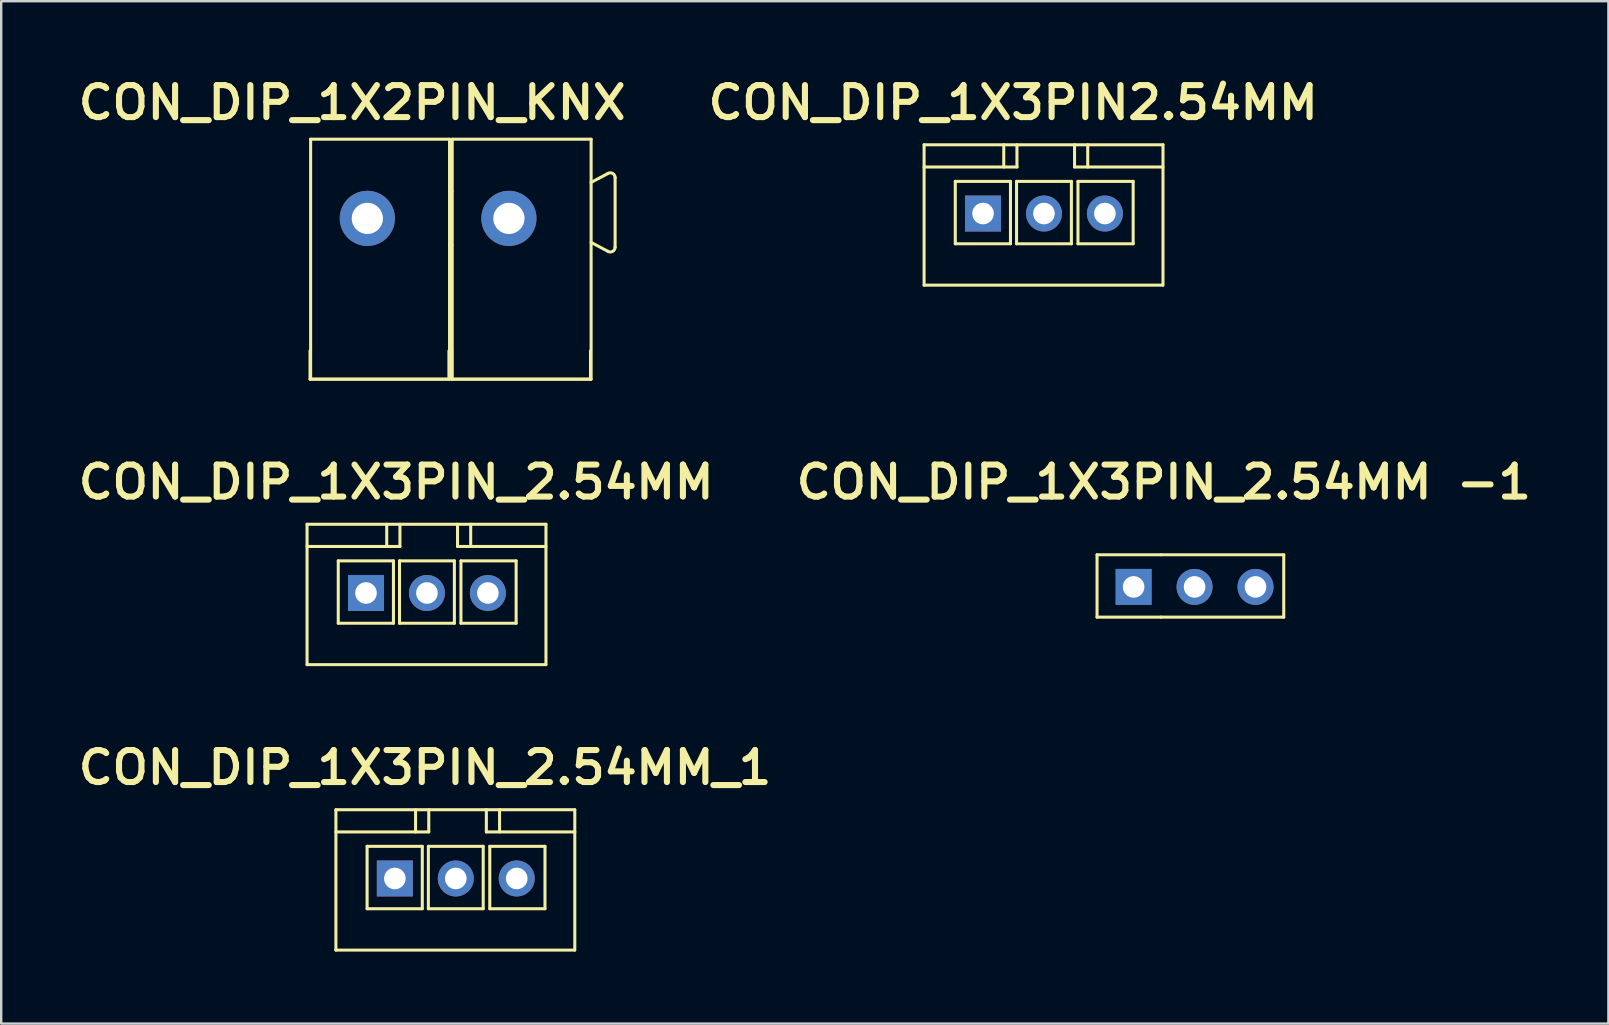
<source format=kicad_pcb>
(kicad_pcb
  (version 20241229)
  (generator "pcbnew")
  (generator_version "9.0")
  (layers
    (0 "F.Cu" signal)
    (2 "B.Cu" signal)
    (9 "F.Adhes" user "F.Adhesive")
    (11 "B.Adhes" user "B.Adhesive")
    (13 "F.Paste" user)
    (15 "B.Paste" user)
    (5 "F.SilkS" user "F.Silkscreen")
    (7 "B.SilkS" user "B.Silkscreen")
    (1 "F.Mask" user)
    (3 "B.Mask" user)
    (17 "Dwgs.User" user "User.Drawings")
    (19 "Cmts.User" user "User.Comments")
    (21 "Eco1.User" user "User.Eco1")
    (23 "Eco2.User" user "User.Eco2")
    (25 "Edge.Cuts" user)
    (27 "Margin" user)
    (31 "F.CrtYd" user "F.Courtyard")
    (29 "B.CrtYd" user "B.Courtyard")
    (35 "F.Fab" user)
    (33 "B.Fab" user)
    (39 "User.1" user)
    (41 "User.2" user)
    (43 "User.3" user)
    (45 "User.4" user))
  (footprint "CON_DIP_1X2PIN_KNX"
    (layer "F.Cu")
    (at 12.259 6.052)
    (property "Reference" "CON_DIP_1X2PIN_KNX" (at -0.635 -4.826 0) (unlocked yes) (layer "F.SilkS") (effects (font (size 1.333 1.402) (thickness 0.254))))
    (attr smd)
    (fp_line (start -2.389 6.7) (end -2.389 5.515) (stroke (width 0.127) (type solid)) (layer "F.SilkS"))
    (fp_line (start -2.389 6.7) (end 3.4 6.7) (stroke (width 0.127) (type solid)) (layer "F.SilkS"))
    (fp_line (start -2.363 -3.3) (end 3.426 -3.3) (stroke (width 0.127) (type solid)) (layer "F.SilkS"))
    (fp_line (start -2.363 6.7) (end -2.363 -3.3) (stroke (width 0.127) (type solid)) (layer "F.SilkS"))
    (fp_line (start -2.363 6.7) (end 3.426 6.7) (stroke (width 0.127) (type solid)) (layer "F.SilkS"))
    (fp_line (start 3.4 6.7) (end 3.4 5.515) (stroke (width 0.127) (type solid)) (layer "F.SilkS"))
    (fp_line (start 3.426 -1.073) (end 3.526 -1.13) (stroke (width 0.127) (type solid)) (layer "F.SilkS"))
    (fp_line (start 3.426 1.073) (end 3.526 1.13) (stroke (width 0.127) (type solid)) (layer "F.SilkS"))
    (fp_line (start 3.426 5.515) (end 3.511 5.515) (stroke (width 0.127) (type solid)) (layer "F.SilkS"))
    (fp_line (start 3.426 6.7) (end 3.426 -3.3) (stroke (width 0.127) (type solid)) (layer "F.SilkS"))
    (fp_line (start 3.511 6.7) (end 3.511 5.515) (stroke (width 0.127) (type solid)) (layer "F.SilkS"))
    (fp_line (start 3.511 6.7) (end 9.3 6.7) (stroke (width 0.127) (type solid)) (layer "F.SilkS"))
    (fp_line (start 3.537 -3.3) (end 9.326 -3.3) (stroke (width 0.127) (type solid)) (layer "F.SilkS"))
    (fp_line (start 3.537 6.7) (end 3.537 -3.3) (stroke (width 0.127) (type solid)) (layer "F.SilkS"))
    (fp_line (start 3.537 6.7) (end 9.326 6.7) (stroke (width 0.127) (type solid)) (layer "F.SilkS"))
    (fp_line (start 9.3 6.7) (end 9.3 5.515) (stroke (width 0.127) (type solid)) (layer "F.SilkS"))
    (fp_line (start 9.326 -1.5) (end 10.032 -1.876) (stroke (width 0.127) (type solid)) (layer "F.SilkS"))
    (fp_line (start 9.326 1) (end 10.032 1.376) (stroke (width 0.127) (type solid)) (layer "F.SilkS"))
    (fp_line (start 9.326 6.7) (end 9.326 -3.3) (stroke (width 0.127) (type solid)) (layer "F.SilkS"))
    (fp_line (start 10.326 1.2) (end 10.326 -1.7) (stroke (width 0.127) (type solid)) (layer "F.SilkS"))
    (fp_arc (start 10.032058 -1.876435) (mid 10.229118 -1.871533) (end 10.32626 -1.70001) (stroke (width 0.127) (type solid)) (layer "F.SilkS"))
    (fp_arc (start 10.326259 1.2) (mid 10.229118 1.371522) (end 10.032058 1.376425) (stroke (width 0.127) (type solid)) (layer "F.SilkS"))
    (pad "1" thru_hole circle (at 0 0 90) (size 2.3 2.3) (drill 1.3) (layers "*.Cu" "*.Mask"))
    (pad "2" thru_hole circle (at 5.9 0 90) (size 2.3 2.3) (drill 1.3) (layers "*.Cu" "*.Mask")))
  (footprint "CON_DIP_1X3PIN_2.54MM -1"
    (layer "F.Cu")
    (at 46.734 21.346)
    (property "Reference" "CON_DIP_1X3PIN_2.54MM -1" (at -1.283 -4.305 0) (unlocked yes) (layer "F.SilkS") (effects (font (size 1.333 1.402) (thickness 0.254))))
    (attr smd)
    (fp_line (start -4.064 1.324) (end -4.064 -1.276) (stroke (width 0.127) (type solid)) (layer "F.SilkS"))
    (fp_line (start -1.396 -1.276) (end -4.064 -1.276) (stroke (width 0.127) (type solid)) (layer "F.SilkS"))
    (fp_line (start -1.396 1.324) (end -4.064 1.324) (stroke (width 0.127) (type solid)) (layer "F.SilkS"))
    (fp_line (start 3.717 -1.276) (end -1.396 -1.276) (stroke (width 0.127) (type solid)) (layer "F.SilkS"))
    (fp_line (start 3.717 1.324) (end -1.396 1.324) (stroke (width 0.127) (type solid)) (layer "F.SilkS"))
    (fp_line (start 3.717 1.324) (end 3.717 -1.276) (stroke (width 0.127) (type solid)) (layer "F.SilkS"))
    (pad "1" thru_hole rect (at -2.54 0.064) (size 1.5 1.5) (drill 0.9) (layers "*.Cu" "*.Mask"))
    (pad "2" thru_hole circle (at 0 0.064) (size 1.5 1.5) (drill 0.9) (layers "*.Cu" "*.Mask"))
    (pad "3" thru_hole circle (at 2.54 0.064) (size 1.5 1.5) (drill 0.9) (layers "*.Cu" "*.Mask")))
  (footprint "CON_DIP_1X3PIN2.54MM"
    (layer "F.Cu")
    (at 40.458 5.531)
    (property "Reference" "CON_DIP_1X3PIN2.54MM" (at -1.283 -4.305 0) (unlocked yes) (layer "F.SilkS") (effects (font (size 1.333 1.402) (thickness 0.254))))
    (attr smd)
    (fp_line (start -4.996 3.303) (end -4.996 -2.547) (stroke (width 0.127) (type solid)) (layer "F.SilkS"))
    (fp_line (start -3.696 1.578) (end -3.696 -1.022) (stroke (width 0.127) (type solid)) (layer "F.SilkS"))
    (fp_line (start -1.676 -1.622) (end -1.676 -2.547) (stroke (width 0.127) (type solid)) (layer "F.SilkS"))
    (fp_line (start -1.396 -1.022) (end -3.696 -1.022) (stroke (width 0.127) (type solid)) (layer "F.SilkS"))
    (fp_line (start -1.396 1.578) (end -3.696 1.578) (stroke (width 0.127) (type solid)) (layer "F.SilkS"))
    (fp_line (start -1.396 1.578) (end -1.396 -1.022) (stroke (width 0.127) (type solid)) (layer "F.SilkS"))
    (fp_line (start -1.143 1.578) (end -1.143 -1.022) (stroke (width 0.127) (type solid)) (layer "F.SilkS"))
    (fp_line (start -1.126 -1.622) (end -4.996 -1.622) (stroke (width 0.127) (type solid)) (layer "F.SilkS"))
    (fp_line (start -1.126 -1.622) (end -1.126 -2.547) (stroke (width 0.127) (type solid)) (layer "F.SilkS"))
    (fp_line (start 1.143 -1.022) (end -1.143 -1.022) (stroke (width 0.127) (type solid)) (layer "F.SilkS"))
    (fp_line (start 1.143 1.578) (end -1.143 1.578) (stroke (width 0.127) (type solid)) (layer "F.SilkS"))
    (fp_line (start 1.143 1.578) (end 1.143 -1.022) (stroke (width 0.127) (type solid)) (layer "F.SilkS"))
    (fp_line (start 1.274 -1.622) (end 1.274 -2.547) (stroke (width 0.127) (type solid)) (layer "F.SilkS"))
    (fp_line (start 1.417 1.578) (end 1.417 -1.022) (stroke (width 0.127) (type solid)) (layer "F.SilkS"))
    (fp_line (start 1.824 -1.622) (end 1.824 -2.547) (stroke (width 0.127) (type solid)) (layer "F.SilkS"))
    (fp_line (start 3.717 -1.022) (end 1.417 -1.022) (stroke (width 0.127) (type solid)) (layer "F.SilkS"))
    (fp_line (start 3.717 1.578) (end 1.417 1.578) (stroke (width 0.127) (type solid)) (layer "F.SilkS"))
    (fp_line (start 3.717 1.578) (end 3.717 -1.022) (stroke (width 0.127) (type solid)) (layer "F.SilkS"))
    (fp_line (start 4.953 3.303) (end -4.996 3.303) (stroke (width 0.127) (type solid)) (layer "F.SilkS"))
    (fp_line (start 4.96 -2.547) (end -4.996 -2.547) (stroke (width 0.127) (type solid)) (layer "F.SilkS"))
    (fp_line (start 4.96 -1.622) (end 1.274 -1.622) (stroke (width 0.127) (type solid)) (layer "F.SilkS"))
    (fp_line (start 4.96 3.303) (end 4.96 -2.547) (stroke (width 0.127) (type solid)) (layer "F.SilkS"))
    (pad "1" thru_hole rect (at -2.54 0.318) (size 1.5 1.5) (drill 0.9) (layers "*.Cu" "*.Mask"))
    (pad "2" thru_hole circle (at 0 0.318) (size 1.5 1.5) (drill 0.9) (layers "*.Cu" "*.Mask"))
    (pad "3" thru_hole circle (at 2.54 0.318) (size 1.5 1.5) (drill 0.9) (layers "*.Cu" "*.Mask")))
  (footprint "CON_DIP_1X3PIN_2.54MM_1"
    (layer "F.Cu")
    (at 15.945 33.243)
    (property "Reference" "CON_DIP_1X3PIN_2.54MM_1" (at -1.283 -4.305 0) (unlocked yes) (layer "F.SilkS") (effects (font (size 1.333 1.402) (thickness 0.254))))
    (attr smd)
    (fp_line (start -4.996 3.303) (end -4.996 -2.547) (stroke (width 0.127) (type solid)) (layer "F.SilkS"))
    (fp_line (start -3.696 1.578) (end -3.696 -1.022) (stroke (width 0.127) (type solid)) (layer "F.SilkS"))
    (fp_line (start -1.676 -1.622) (end -1.676 -2.547) (stroke (width 0.127) (type solid)) (layer "F.SilkS"))
    (fp_line (start -1.396 -1.022) (end -3.696 -1.022) (stroke (width 0.127) (type solid)) (layer "F.SilkS"))
    (fp_line (start -1.396 1.578) (end -3.696 1.578) (stroke (width 0.127) (type solid)) (layer "F.SilkS"))
    (fp_line (start -1.396 1.578) (end -1.396 -1.022) (stroke (width 0.127) (type solid)) (layer "F.SilkS"))
    (fp_line (start -1.143 1.578) (end -1.143 -1.022) (stroke (width 0.127) (type solid)) (layer "F.SilkS"))
    (fp_line (start -1.126 -1.622) (end -4.996 -1.622) (stroke (width 0.127) (type solid)) (layer "F.SilkS"))
    (fp_line (start -1.126 -1.622) (end -1.126 -2.547) (stroke (width 0.127) (type solid)) (layer "F.SilkS"))
    (fp_line (start 1.143 -1.022) (end -1.143 -1.022) (stroke (width 0.127) (type solid)) (layer "F.SilkS"))
    (fp_line (start 1.143 1.578) (end -1.143 1.578) (stroke (width 0.127) (type solid)) (layer "F.SilkS"))
    (fp_line (start 1.143 1.578) (end 1.143 -1.022) (stroke (width 0.127) (type solid)) (layer "F.SilkS"))
    (fp_line (start 1.274 -1.622) (end 1.274 -2.547) (stroke (width 0.127) (type solid)) (layer "F.SilkS"))
    (fp_line (start 1.417 1.578) (end 1.417 -1.022) (stroke (width 0.127) (type solid)) (layer "F.SilkS"))
    (fp_line (start 1.824 -1.622) (end 1.824 -2.547) (stroke (width 0.127) (type solid)) (layer "F.SilkS"))
    (fp_line (start 3.717 -1.022) (end 1.417 -1.022) (stroke (width 0.127) (type solid)) (layer "F.SilkS"))
    (fp_line (start 3.717 1.578) (end 1.417 1.578) (stroke (width 0.127) (type solid)) (layer "F.SilkS"))
    (fp_line (start 3.717 1.578) (end 3.717 -1.022) (stroke (width 0.127) (type solid)) (layer "F.SilkS"))
    (fp_line (start 4.953 3.303) (end -4.996 3.303) (stroke (width 0.127) (type solid)) (layer "F.SilkS"))
    (fp_line (start 4.96 -2.547) (end -4.996 -2.547) (stroke (width 0.127) (type solid)) (layer "F.SilkS"))
    (fp_line (start 4.96 -1.622) (end 1.274 -1.622) (stroke (width 0.127) (type solid)) (layer "F.SilkS"))
    (fp_line (start 4.96 3.303) (end 4.96 -2.547) (stroke (width 0.127) (type solid)) (layer "F.SilkS"))
    (pad "1" thru_hole rect (at -2.54 0.318) (size 1.5 1.5) (drill 0.9) (layers "*.Cu" "*.Mask"))
    (pad "2" thru_hole circle (at 0 0.318) (size 1.5 1.5) (drill 0.9) (layers "*.Cu" "*.Mask"))
    (pad "3" thru_hole circle (at 2.54 0.318) (size 1.5 1.5) (drill 0.9) (layers "*.Cu" "*.Mask")))
  (footprint "CON_DIP_1X3PIN_2.54MM"
    (layer "F.Cu")
    (at 14.743 21.346)
    (property "Reference" "CON_DIP_1X3PIN_2.54MM" (at -1.283 -4.305 0) (unlocked yes) (layer "F.SilkS") (effects (font (size 1.333 1.402) (thickness 0.254))))
    (attr smd)
    (fp_line (start -4.996 3.303) (end -4.996 -2.547) (stroke (width 0.127) (type solid)) (layer "F.SilkS"))
    (fp_line (start -3.696 1.578) (end -3.696 -1.022) (stroke (width 0.127) (type solid)) (layer "F.SilkS"))
    (fp_line (start -1.676 -1.622) (end -1.676 -2.547) (stroke (width 0.127) (type solid)) (layer "F.SilkS"))
    (fp_line (start -1.396 -1.022) (end -3.696 -1.022) (stroke (width 0.127) (type solid)) (layer "F.SilkS"))
    (fp_line (start -1.396 1.578) (end -3.696 1.578) (stroke (width 0.127) (type solid)) (layer "F.SilkS"))
    (fp_line (start -1.396 1.578) (end -1.396 -1.022) (stroke (width 0.127) (type solid)) (layer "F.SilkS"))
    (fp_line (start -1.143 1.578) (end -1.143 -1.022) (stroke (width 0.127) (type solid)) (layer "F.SilkS"))
    (fp_line (start -1.126 -1.622) (end -4.996 -1.622) (stroke (width 0.127) (type solid)) (layer "F.SilkS"))
    (fp_line (start -1.126 -1.622) (end -1.126 -2.547) (stroke (width 0.127) (type solid)) (layer "F.SilkS"))
    (fp_line (start 1.143 -1.022) (end -1.143 -1.022) (stroke (width 0.127) (type solid)) (layer "F.SilkS"))
    (fp_line (start 1.143 1.578) (end -1.143 1.578) (stroke (width 0.127) (type solid)) (layer "F.SilkS"))
    (fp_line (start 1.143 1.578) (end 1.143 -1.022) (stroke (width 0.127) (type solid)) (layer "F.SilkS"))
    (fp_line (start 1.274 -1.622) (end 1.274 -2.547) (stroke (width 0.127) (type solid)) (layer "F.SilkS"))
    (fp_line (start 1.417 1.578) (end 1.417 -1.022) (stroke (width 0.127) (type solid)) (layer "F.SilkS"))
    (fp_line (start 1.824 -1.622) (end 1.824 -2.547) (stroke (width 0.127) (type solid)) (layer "F.SilkS"))
    (fp_line (start 3.717 -1.022) (end 1.417 -1.022) (stroke (width 0.127) (type solid)) (layer "F.SilkS"))
    (fp_line (start 3.717 1.578) (end 1.417 1.578) (stroke (width 0.127) (type solid)) (layer "F.SilkS"))
    (fp_line (start 3.717 1.578) (end 3.717 -1.022) (stroke (width 0.127) (type solid)) (layer "F.SilkS"))
    (fp_line (start 4.953 3.303) (end -4.996 3.303) (stroke (width 0.127) (type solid)) (layer "F.SilkS"))
    (fp_line (start 4.96 -2.547) (end -4.996 -2.547) (stroke (width 0.127) (type solid)) (layer "F.SilkS"))
    (fp_line (start 4.96 -1.622) (end 1.274 -1.622) (stroke (width 0.127) (type solid)) (layer "F.SilkS"))
    (fp_line (start 4.96 3.303) (end 4.96 -2.547) (stroke (width 0.127) (type solid)) (layer "F.SilkS"))
    (pad "1" thru_hole rect (at -2.54 0.318) (size 1.5 1.5) (drill 0.9) (layers "*.Cu" "*.Mask"))
    (pad "2" thru_hole circle (at 0 0.318) (size 1.5 1.5) (drill 0.9) (layers "*.Cu" "*.Mask"))
    (pad "3" thru_hole circle (at 2.54 0.318) (size 1.5 1.5) (drill 0.9) (layers "*.Cu" "*.Mask")))
  (gr_rect
    (start -3 -3)
    (end 63.981 39.61)
    (stroke (width 0.1) (type default))
    (fill no)
    (layer "Edge.Cuts")))
</source>
